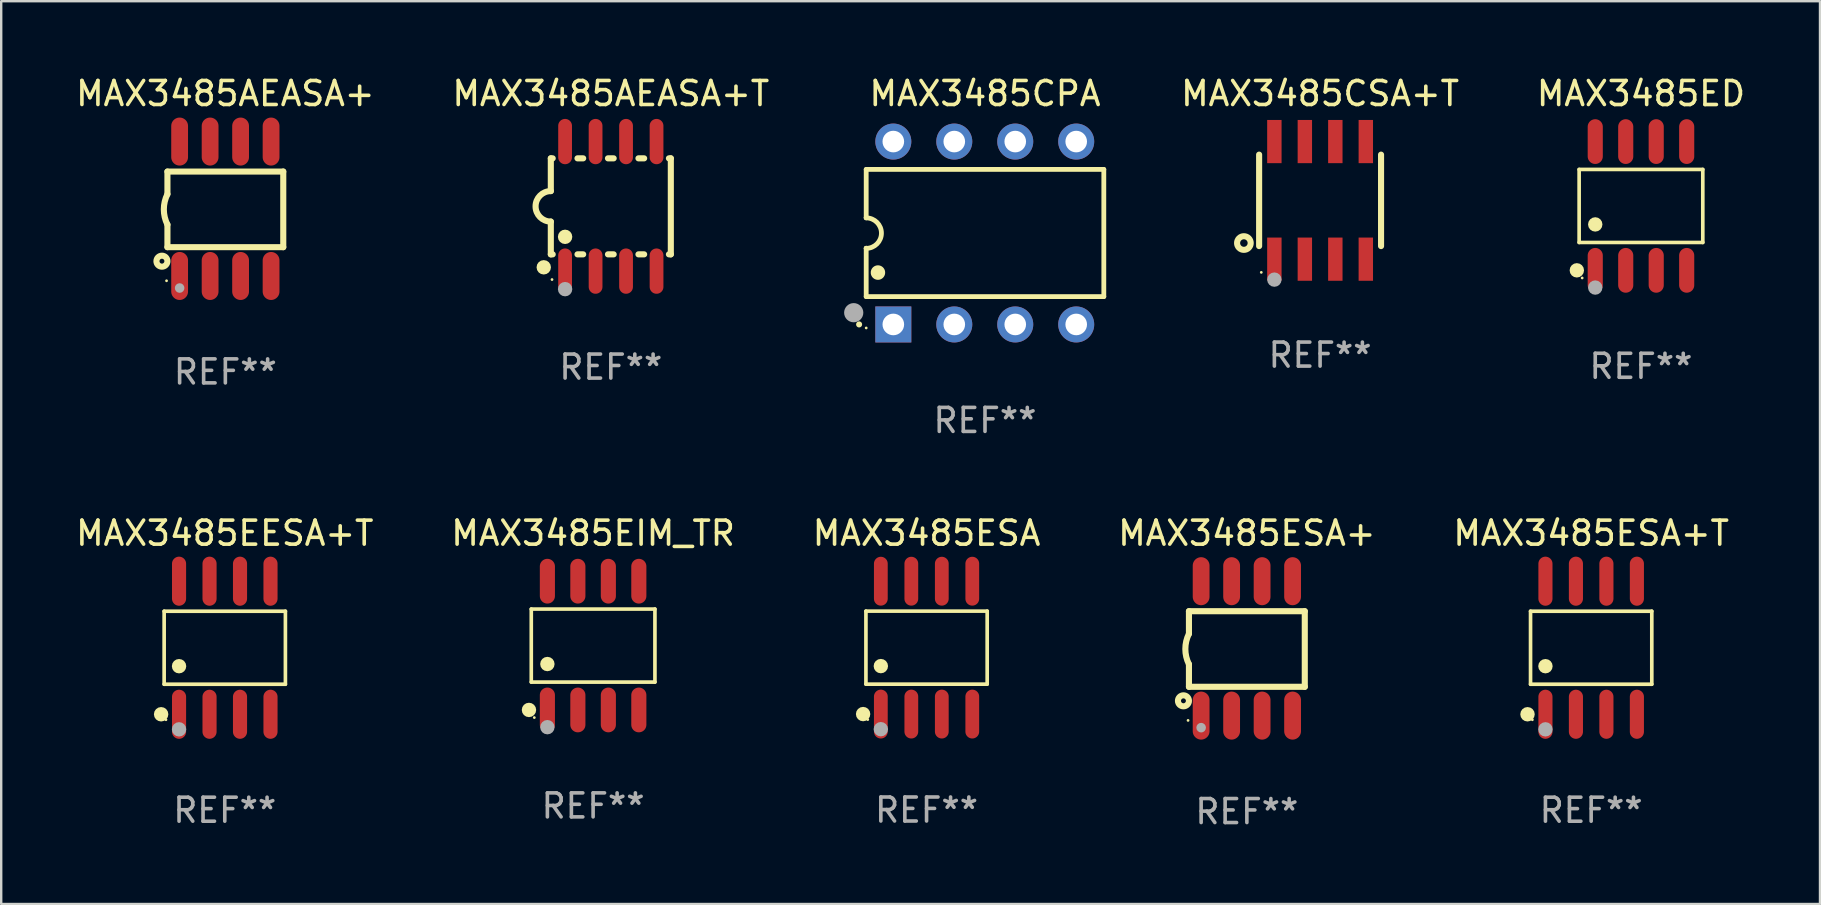
<source format=kicad_pcb>
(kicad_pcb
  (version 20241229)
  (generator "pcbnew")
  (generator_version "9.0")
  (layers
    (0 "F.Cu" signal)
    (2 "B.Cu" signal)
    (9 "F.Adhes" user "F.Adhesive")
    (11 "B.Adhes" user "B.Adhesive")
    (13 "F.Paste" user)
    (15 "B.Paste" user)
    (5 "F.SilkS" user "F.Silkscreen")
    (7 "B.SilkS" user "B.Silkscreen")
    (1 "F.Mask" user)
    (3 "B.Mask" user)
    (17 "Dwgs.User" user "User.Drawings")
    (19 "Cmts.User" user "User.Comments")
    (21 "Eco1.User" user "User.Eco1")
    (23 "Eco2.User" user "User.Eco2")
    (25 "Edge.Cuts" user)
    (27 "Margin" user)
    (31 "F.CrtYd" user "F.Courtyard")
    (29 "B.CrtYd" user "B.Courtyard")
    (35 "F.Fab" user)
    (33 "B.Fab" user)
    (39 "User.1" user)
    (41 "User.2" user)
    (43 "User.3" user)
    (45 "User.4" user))
  (footprint "MAX3485ESA+T"
    (layer "F.Cu")
    (at 63.244 23.937)
    (property "Reference" "MAX3485ESA+T" (at 0 -4.772 0) (layer "F.SilkS") (effects (font (size 1 1) (thickness 0.15))))
    (attr through_hole)
    (fp_line (start -2.526 -1.521) (end 2.526 -1.521) (stroke (width 0.152) (type solid)) (layer "F.SilkS"))
    (fp_line (start -2.526 1.521) (end -2.526 -1.521) (stroke (width 0.152) (type solid)) (layer "F.SilkS"))
    (fp_line (start 2.526 -1.521) (end 2.526 1.521) (stroke (width 0.152) (type solid)) (layer "F.SilkS"))
    (fp_line (start 2.526 1.521) (end -2.526 1.521) (stroke (width 0.152) (type solid)) (layer "F.SilkS"))
    (fp_circle (center -2.652 2.772) (end -2.501 2.772) (stroke (width 0.3) (type solid)) (fill no) (layer "F.SilkS"))
    (fp_circle (center -2.45 3) (end -2.42 3) (stroke (width 0.06) (type solid)) (fill no) (layer "F.SilkS"))
    (fp_circle (center -1.905 0.769) (end -1.755 0.769) (stroke (width 0.3) (type solid)) (fill no) (layer "F.SilkS"))
    (fp_circle (center -1.905 3.4) (end -1.755 3.4) (stroke (width 0.3) (type solid)) (fill no) (layer "F.Fab"))
    (fp_text user "REF**" (at 0 6.772 0) (layer "F.Fab") (effects (font (size 1 1) (thickness 0.15))))
    (pad "1" smd oval (at -1.905 2.772) (size 0.588 2.045) (layers "F.Cu" "F.Mask" "F.Paste"))
    (pad "2" smd oval (at -0.635 2.772) (size 0.588 2.045) (layers "F.Cu" "F.Mask" "F.Paste"))
    (pad "3" smd oval (at 0.635 2.772) (size 0.588 2.045) (layers "F.Cu" "F.Mask" "F.Paste"))
    (pad "4" smd oval (at 1.905 2.772) (size 0.588 2.045) (layers "F.Cu" "F.Mask" "F.Paste"))
    (pad "5" smd oval (at 1.905 -2.772) (size 0.588 2.045) (layers "F.Cu" "F.Mask" "F.Paste"))
    (pad "6" smd oval (at 0.635 -2.772) (size 0.588 2.045) (layers "F.Cu" "F.Mask" "F.Paste"))
    (pad "7" smd oval (at -0.635 -2.772) (size 0.588 2.045) (layers "F.Cu" "F.Mask" "F.Paste"))
    (pad "8" smd oval (at -1.905 -2.772) (size 0.588 2.045) (layers "F.Cu" "F.Mask" "F.Paste")))
  (footprint "MAX3485ED"
    (layer "F.Cu")
    (at 65.319 5.531)
    (property "Reference" "MAX3485ED" (at 0 -4.682 0) (layer "F.SilkS") (effects (font (size 1 1) (thickness 0.15))))
    (attr through_hole)
    (fp_line (start -2.576 -1.521) (end 2.576 -1.521) (stroke (width 0.152) (type solid)) (layer "F.SilkS"))
    (fp_line (start -2.576 1.521) (end -2.576 -1.521) (stroke (width 0.152) (type solid)) (layer "F.SilkS"))
    (fp_line (start 2.576 -1.521) (end 2.576 1.521) (stroke (width 0.152) (type solid)) (layer "F.SilkS"))
    (fp_line (start 2.576 1.521) (end -2.576 1.521) (stroke (width 0.152) (type solid)) (layer "F.SilkS"))
    (fp_circle (center -2.672 2.682) (end -2.522 2.682) (stroke (width 0.3) (type solid)) (fill no) (layer "F.SilkS"))
    (fp_circle (center -2.45 3) (end -2.42 3) (stroke (width 0.06) (type solid)) (fill no) (layer "F.SilkS"))
    (fp_circle (center -1.905 0.769) (end -1.755 0.769) (stroke (width 0.3) (type solid)) (fill no) (layer "F.SilkS"))
    (fp_circle (center -1.905 3.4) (end -1.755 3.4) (stroke (width 0.3) (type solid)) (fill no) (layer "F.Fab"))
    (fp_text user "REF**" (at 0 6.682 0) (layer "F.Fab") (effects (font (size 1 1) (thickness 0.15))))
    (pad "1" smd oval (at -1.905 2.682) (size 0.63 1.865) (layers "F.Cu" "F.Mask" "F.Paste"))
    (pad "2" smd oval (at -0.635 2.682) (size 0.63 1.865) (layers "F.Cu" "F.Mask" "F.Paste"))
    (pad "3" smd oval (at 0.635 2.682) (size 0.63 1.865) (layers "F.Cu" "F.Mask" "F.Paste"))
    (pad "4" smd oval (at 1.905 2.682) (size 0.63 1.865) (layers "F.Cu" "F.Mask" "F.Paste"))
    (pad "5" smd oval (at 1.905 -2.682) (size 0.63 1.865) (layers "F.Cu" "F.Mask" "F.Paste"))
    (pad "6" smd oval (at 0.635 -2.682) (size 0.63 1.865) (layers "F.Cu" "F.Mask" "F.Paste"))
    (pad "7" smd oval (at -0.635 -2.682) (size 0.63 1.865) (layers "F.Cu" "F.Mask" "F.Paste"))
    (pad "8" smd oval (at -1.905 -2.682) (size 0.63 1.865) (layers "F.Cu" "F.Mask" "F.Paste")))
  (footprint "MAX3485EIM_TR"
    (layer "F.Cu")
    (at 21.661 23.847)
    (property "Reference" "MAX3485EIM_TR" (at 0 -4.682 0) (layer "F.SilkS") (effects (font (size 1 1) (thickness 0.15))))
    (attr through_hole)
    (fp_line (start -2.576 -1.521) (end 2.576 -1.521) (stroke (width 0.152) (type solid)) (layer "F.SilkS"))
    (fp_line (start -2.576 1.521) (end -2.576 -1.521) (stroke (width 0.152) (type solid)) (layer "F.SilkS"))
    (fp_line (start 2.576 -1.521) (end 2.576 1.521) (stroke (width 0.152) (type solid)) (layer "F.SilkS"))
    (fp_line (start 2.576 1.521) (end -2.576 1.521) (stroke (width 0.152) (type solid)) (layer "F.SilkS"))
    (fp_circle (center -2.672 2.682) (end -2.522 2.682) (stroke (width 0.3) (type solid)) (fill no) (layer "F.SilkS"))
    (fp_circle (center -2.45 3) (end -2.42 3) (stroke (width 0.06) (type solid)) (fill no) (layer "F.SilkS"))
    (fp_circle (center -1.905 0.769) (end -1.755 0.769) (stroke (width 0.3) (type solid)) (fill no) (layer "F.SilkS"))
    (fp_circle (center -1.905 3.4) (end -1.755 3.4) (stroke (width 0.3) (type solid)) (fill no) (layer "F.Fab"))
    (fp_text user "REF**" (at 0 6.682 0) (layer "F.Fab") (effects (font (size 1 1) (thickness 0.15))))
    (pad "1" smd oval (at -1.905 2.682) (size 0.63 1.865) (layers "F.Cu" "F.Mask" "F.Paste"))
    (pad "2" smd oval (at -0.635 2.682) (size 0.63 1.865) (layers "F.Cu" "F.Mask" "F.Paste"))
    (pad "3" smd oval (at 0.635 2.682) (size 0.63 1.865) (layers "F.Cu" "F.Mask" "F.Paste"))
    (pad "4" smd oval (at 1.905 2.682) (size 0.63 1.865) (layers "F.Cu" "F.Mask" "F.Paste"))
    (pad "5" smd oval (at 1.905 -2.682) (size 0.63 1.865) (layers "F.Cu" "F.Mask" "F.Paste"))
    (pad "6" smd oval (at 0.635 -2.682) (size 0.63 1.865) (layers "F.Cu" "F.Mask" "F.Paste"))
    (pad "7" smd oval (at -0.635 -2.682) (size 0.63 1.865) (layers "F.Cu" "F.Mask" "F.Paste"))
    (pad "8" smd oval (at -1.905 -2.682) (size 0.63 1.865) (layers "F.Cu" "F.Mask" "F.Paste")))
  (footprint "MAX3485CPA"
    (layer "F.Cu")
    (at 37.989 6.658)
    (property "Reference" "MAX3485CPA" (at 0 -5.81 0) (layer "F.SilkS") (effects (font (size 1 1) (thickness 0.15))))
    (attr through_hole)
    (fp_line (start -4.95 -2.649) (end 4.95 -2.649) (stroke (width 0.2) (type solid)) (layer "F.SilkS"))
    (fp_line (start -4.95 -0.635) (end -4.95 -2.649) (stroke (width 0.2) (type solid)) (layer "F.SilkS"))
    (fp_line (start -4.95 0.635) (end -4.95 0.64) (stroke (width 0.2) (type solid)) (layer "F.SilkS"))
    (fp_line (start -4.95 2.649) (end -4.95 0.635) (stroke (width 0.2) (type solid)) (layer "F.SilkS"))
    (fp_line (start -4.95 -0.64) (end -4.95 -0.635) (stroke (width 0.2) (type solid)) (layer "F.SilkS"))
    (fp_line (start 4.95 -2.649) (end 4.95 2.649) (stroke (width 0.2) (type solid)) (layer "F.SilkS"))
    (fp_line (start 4.95 2.649) (end -4.95 2.649) (stroke (width 0.2) (type solid)) (layer "F.SilkS"))
    (fp_arc (start -5.24511 3.810008) (mid -5.245117 3.808738) (end -5.24511 3.807468) (stroke (width 0.25) (type solid)) (layer "F.SilkS"))
    (fp_arc (start -4.950165 -0.629997) (mid -4.315164 0.005004) (end -4.950165 0.640005) (stroke (width 0.2) (type solid)) (layer "F.SilkS"))
    (fp_arc (start -4.460249 1.651003) (mid -4.46026 1.648463) (end -4.460249 1.645923) (stroke (width 0.6) (type solid)) (layer "F.SilkS"))
    (fp_circle (center -4.95 3.956) (end -4.92 3.956) (stroke (width 0.06) (type solid)) (fill no) (layer "F.SilkS"))
    (fp_circle (center -5.47 3.32) (end -5.27 3.32) (stroke (width 0.4) (type solid)) (fill no) (layer "F.Fab"))
    (fp_text user "REF**" (at 0 7.81 0) (layer "F.Fab") (effects (font (size 1 1) (thickness 0.15))))
    (pad "1" thru_hole rect (at -3.82 3.81) (size 1.5 1.5) (drill 0.9) (layers "*.Cu" "*.Mask"))
    (pad "2" thru_hole circle (at -1.28 3.81) (size 1.5 1.5) (drill 0.9) (layers "*.Cu" "*.Mask"))
    (pad "3" thru_hole circle (at 1.26 3.81) (size 1.5 1.5) (drill 0.9) (layers "*.Cu" "*.Mask"))
    (pad "4" thru_hole circle (at 3.8 3.81) (size 1.5 1.5) (drill 0.9) (layers "*.Cu" "*.Mask"))
    (pad "5" thru_hole circle (at 3.8 -3.81) (size 1.5 1.5) (drill 0.9) (layers "*.Cu" "*.Mask"))
    (pad "6" thru_hole circle (at 1.26 -3.81) (size 1.5 1.5) (drill 0.9) (layers "*.Cu" "*.Mask"))
    (pad "7" thru_hole circle (at -1.28 -3.81) (size 1.5 1.5) (drill 0.9) (layers "*.Cu" "*.Mask"))
    (pad "8" thru_hole circle (at -3.82 -3.81) (size 1.5 1.5) (drill 0.9) (layers "*.Cu" "*.Mask")))
  (footprint "MAX3485AEASA+"
    (layer "F.Cu")
    (at 6.339 5.648)
    (property "Reference" "MAX3485AEASA+" (at 0 -4.8 0) (layer "F.SilkS") (effects (font (size 1 1) (thickness 0.15))))
    (attr through_hole)
    (fp_line (start -2.413 -1.55) (end -2.413 -0.61) (stroke (width 0.254) (type solid)) (layer "F.SilkS"))
    (fp_line (start -2.413 0.66) (end -2.413 1.6) (stroke (width 0.254) (type solid)) (layer "F.SilkS"))
    (fp_line (start -2.413 1.6) (end 2.413 1.6) (stroke (width 0.254) (type solid)) (layer "F.SilkS"))
    (fp_line (start 2.413 -1.55) (end -2.413 -1.55) (stroke (width 0.254) (type solid)) (layer "F.SilkS"))
    (fp_line (start 2.413 1.6) (end 2.413 -1.55) (stroke (width 0.254) (type solid)) (layer "F.SilkS"))
    (fp_arc (start -2.413005 0.6603) (mid -2.562909 0.025298) (end -2.413005 -0.609703) (stroke (width 0.254001) (type solid)) (layer "F.SilkS"))
    (fp_circle (center -2.642 2.184) (end -2.54 2.184) (stroke (width 0.254) (type solid)) (fill no) (layer "F.SilkS"))
    (fp_circle (center -2.45 3) (end -2.42 3) (stroke (width 0.06) (type solid)) (fill no) (layer "F.SilkS"))
    (fp_circle (center -1.905 3.302) (end -1.805 3.302) (stroke (width 0.2) (type solid)) (fill no) (layer "F.Fab"))
    (fp_text user "REF**" (at 0 6.8 0) (layer "F.Fab") (effects (font (size 1 1) (thickness 0.15))))
    (pad "1" smd oval (at -1.905 2.8 180) (size 0.7 2) (layers "F.Cu" "F.Mask" "F.Paste"))
    (pad "2" smd oval (at -0.635 2.8 180) (size 0.7 2) (layers "F.Cu" "F.Mask" "F.Paste"))
    (pad "3" smd oval (at 0.635 2.8 180) (size 0.7 2) (layers "F.Cu" "F.Mask" "F.Paste"))
    (pad "4" smd oval (at 1.905 2.8 180) (size 0.7 2) (layers "F.Cu" "F.Mask" "F.Paste"))
    (pad "5" smd oval (at 1.905 -2.8 180) (size 0.7 2) (layers "F.Cu" "F.Mask" "F.Paste"))
    (pad "6" smd oval (at 0.635 -2.8 180) (size 0.7 2) (layers "F.Cu" "F.Mask" "F.Paste"))
    (pad "7" smd oval (at -0.635 -2.8 180) (size 0.7 2) (layers "F.Cu" "F.Mask" "F.Paste"))
    (pad "8" smd oval (at -1.905 -2.8 180) (size 0.7 2) (layers "F.Cu" "F.Mask" "F.Paste")))
  (footprint "MAX3485EESA+T"
    (layer "F.Cu")
    (at 6.315 23.937)
    (property "Reference" "MAX3485EESA+T" (at 0 -4.772 0) (layer "F.SilkS") (effects (font (size 1 1) (thickness 0.15))))
    (attr through_hole)
    (fp_line (start -2.526 -1.521) (end 2.526 -1.521) (stroke (width 0.152) (type solid)) (layer "F.SilkS"))
    (fp_line (start -2.526 1.521) (end -2.526 -1.521) (stroke (width 0.152) (type solid)) (layer "F.SilkS"))
    (fp_line (start 2.526 -1.521) (end 2.526 1.521) (stroke (width 0.152) (type solid)) (layer "F.SilkS"))
    (fp_line (start 2.526 1.521) (end -2.526 1.521) (stroke (width 0.152) (type solid)) (layer "F.SilkS"))
    (fp_circle (center -2.652 2.772) (end -2.501 2.772) (stroke (width 0.3) (type solid)) (fill no) (layer "F.SilkS"))
    (fp_circle (center -2.45 3) (end -2.42 3) (stroke (width 0.06) (type solid)) (fill no) (layer "F.SilkS"))
    (fp_circle (center -1.905 0.769) (end -1.755 0.769) (stroke (width 0.3) (type solid)) (fill no) (layer "F.SilkS"))
    (fp_circle (center -1.905 3.4) (end -1.755 3.4) (stroke (width 0.3) (type solid)) (fill no) (layer "F.Fab"))
    (fp_text user "REF**" (at 0 6.772 0) (layer "F.Fab") (effects (font (size 1 1) (thickness 0.15))))
    (pad "1" smd oval (at -1.905 2.772) (size 0.588 2.045) (layers "F.Cu" "F.Mask" "F.Paste"))
    (pad "2" smd oval (at -0.635 2.772) (size 0.588 2.045) (layers "F.Cu" "F.Mask" "F.Paste"))
    (pad "3" smd oval (at 0.635 2.772) (size 0.588 2.045) (layers "F.Cu" "F.Mask" "F.Paste"))
    (pad "4" smd oval (at 1.905 2.772) (size 0.588 2.045) (layers "F.Cu" "F.Mask" "F.Paste"))
    (pad "5" smd oval (at 1.905 -2.772) (size 0.588 2.045) (layers "F.Cu" "F.Mask" "F.Paste"))
    (pad "6" smd oval (at 0.635 -2.772) (size 0.588 2.045) (layers "F.Cu" "F.Mask" "F.Paste"))
    (pad "7" smd oval (at -0.635 -2.772) (size 0.588 2.045) (layers "F.Cu" "F.Mask" "F.Paste"))
    (pad "8" smd oval (at -1.905 -2.772) (size 0.588 2.045) (layers "F.Cu" "F.Mask" "F.Paste")))
  (footprint "MAX3485ESA+"
    (layer "F.Cu")
    (at 48.899 23.965)
    (property "Reference" "MAX3485ESA+" (at 0 -4.8 0) (layer "F.SilkS") (effects (font (size 1 1) (thickness 0.15))))
    (attr through_hole)
    (fp_line (start -2.413 -1.55) (end -2.413 -0.61) (stroke (width 0.254) (type solid)) (layer "F.SilkS"))
    (fp_line (start -2.413 0.66) (end -2.413 1.6) (stroke (width 0.254) (type solid)) (layer "F.SilkS"))
    (fp_line (start -2.413 1.6) (end 2.413 1.6) (stroke (width 0.254) (type solid)) (layer "F.SilkS"))
    (fp_line (start 2.413 -1.55) (end -2.413 -1.55) (stroke (width 0.254) (type solid)) (layer "F.SilkS"))
    (fp_line (start 2.413 1.6) (end 2.413 -1.55) (stroke (width 0.254) (type solid)) (layer "F.SilkS"))
    (fp_arc (start -2.413005 0.6603) (mid -2.562909 0.025298) (end -2.413005 -0.609703) (stroke (width 0.254001) (type solid)) (layer "F.SilkS"))
    (fp_circle (center -2.642 2.184) (end -2.54 2.184) (stroke (width 0.254) (type solid)) (fill no) (layer "F.SilkS"))
    (fp_circle (center -2.45 3) (end -2.42 3) (stroke (width 0.06) (type solid)) (fill no) (layer "F.SilkS"))
    (fp_circle (center -1.905 3.302) (end -1.805 3.302) (stroke (width 0.2) (type solid)) (fill no) (layer "F.Fab"))
    (fp_text user "REF**" (at 0 6.8 0) (layer "F.Fab") (effects (font (size 1 1) (thickness 0.15))))
    (pad "1" smd oval (at -1.905 2.8 180) (size 0.7 2) (layers "F.Cu" "F.Mask" "F.Paste"))
    (pad "2" smd oval (at -0.635 2.8 180) (size 0.7 2) (layers "F.Cu" "F.Mask" "F.Paste"))
    (pad "3" smd oval (at 0.635 2.8 180) (size 0.7 2) (layers "F.Cu" "F.Mask" "F.Paste"))
    (pad "4" smd oval (at 1.905 2.8 180) (size 0.7 2) (layers "F.Cu" "F.Mask" "F.Paste"))
    (pad "5" smd oval (at 1.905 -2.8 180) (size 0.7 2) (layers "F.Cu" "F.Mask" "F.Paste"))
    (pad "6" smd oval (at 0.635 -2.8 180) (size 0.7 2) (layers "F.Cu" "F.Mask" "F.Paste"))
    (pad "7" smd oval (at -0.635 -2.8 180) (size 0.7 2) (layers "F.Cu" "F.Mask" "F.Paste"))
    (pad "8" smd oval (at -1.905 -2.8 180) (size 0.7 2) (layers "F.Cu" "F.Mask" "F.Paste")))
  (footprint "MAX3485AEASA+T"
    (layer "F.Cu")
    (at 22.399 5.547)
    (property "Reference" "MAX3485AEASA+T" (at 0 -4.699 0) (layer "F.SilkS") (effects (font (size 1 1) (thickness 0.15))))
    (attr through_hole)
    (fp_line (start -2.5 -2) (end -2.5 -0.635) (stroke (width 0.254) (type solid)) (layer "F.SilkS"))
    (fp_line (start -2.5 -2) (end -2.421 -2) (stroke (width 0.254) (type solid)) (layer "F.SilkS"))
    (fp_line (start -2.5 2) (end -2.5 0.635) (stroke (width 0.254) (type solid)) (layer "F.SilkS"))
    (fp_line (start -2.5 2) (end -2.421 2) (stroke (width 0.254) (type solid)) (layer "F.SilkS"))
    (fp_line (start -1.389 -2) (end -1.151 -2) (stroke (width 0.254) (type solid)) (layer "F.SilkS"))
    (fp_line (start -1.389 2) (end -1.151 2) (stroke (width 0.254) (type solid)) (layer "F.SilkS"))
    (fp_line (start -0.119 -2) (end 0.119 -2) (stroke (width 0.254) (type solid)) (layer "F.SilkS"))
    (fp_line (start -0.119 2) (end 0.119 2) (stroke (width 0.254) (type solid)) (layer "F.SilkS"))
    (fp_line (start 1.151 -2) (end 1.389 -2) (stroke (width 0.254) (type solid)) (layer "F.SilkS"))
    (fp_line (start 1.151 2) (end 1.389 2) (stroke (width 0.254) (type solid)) (layer "F.SilkS"))
    (fp_line (start 2.421 -2) (end 2.5 -2) (stroke (width 0.254) (type solid)) (layer "F.SilkS"))
    (fp_line (start 2.421 2) (end 2.5 2) (stroke (width 0.254) (type solid)) (layer "F.SilkS"))
    (fp_line (start 2.5 -2) (end 2.5 2) (stroke (width 0.254) (type solid)) (layer "F.SilkS"))
    (fp_arc (start -2.5 0.635001) (mid -3.134366 -0.000318) (end -2.499365 -0.635001) (stroke (width 0.254001) (type solid)) (layer "F.SilkS"))
    (fp_circle (center -2.794 2.54) (end -2.644 2.54) (stroke (width 0.3) (type solid)) (fill no) (layer "F.SilkS"))
    (fp_circle (center -2.45 3.05) (end -2.42 3.05) (stroke (width 0.06) (type solid)) (fill no) (layer "F.SilkS"))
    (fp_circle (center -1.905 1.27) (end -1.755 1.27) (stroke (width 0.3) (type solid)) (fill no) (layer "F.SilkS"))
    (fp_circle (center -1.905 3.45) (end -1.755 3.45) (stroke (width 0.3) (type solid)) (fill no) (layer "F.Fab"))
    (fp_text user "REF**" (at 0 6.699 0) (layer "F.Fab") (effects (font (size 1 1) (thickness 0.15))))
    (pad "1" smd oval (at -1.905 2.699) (size 0.574 1.888) (layers "F.Cu" "F.Mask" "F.Paste"))
    (pad "2" smd oval (at -0.635 2.699) (size 0.574 1.888) (layers "F.Cu" "F.Mask" "F.Paste"))
    (pad "3" smd oval (at 0.635 2.699) (size 0.574 1.888) (layers "F.Cu" "F.Mask" "F.Paste"))
    (pad "4" smd oval (at 1.905 2.699) (size 0.574 1.888) (layers "F.Cu" "F.Mask" "F.Paste"))
    (pad "5" smd oval (at 1.905 -2.699) (size 0.574 1.888) (layers "F.Cu" "F.Mask" "F.Paste"))
    (pad "6" smd oval (at 0.635 -2.699) (size 0.574 1.888) (layers "F.Cu" "F.Mask" "F.Paste"))
    (pad "7" smd oval (at -0.635 -2.699) (size 0.574 1.888) (layers "F.Cu" "F.Mask" "F.Paste"))
    (pad "8" smd oval (at -1.905 -2.699) (size 0.574 1.888) (layers "F.Cu" "F.Mask" "F.Paste")))
  (footprint "MAX3485ESA"
    (layer "F.Cu")
    (at 35.554 23.933)
    (property "Reference" "MAX3485ESA" (at 0 -4.768 0) (layer "F.SilkS") (effects (font (size 1 1) (thickness 0.15))))
    (attr through_hole)
    (fp_line (start -2.526 -1.521) (end 2.526 -1.521) (stroke (width 0.152) (type solid)) (layer "F.SilkS"))
    (fp_line (start -2.526 1.521) (end -2.526 -1.521) (stroke (width 0.152) (type solid)) (layer "F.SilkS"))
    (fp_line (start 2.526 -1.521) (end 2.526 1.521) (stroke (width 0.152) (type solid)) (layer "F.SilkS"))
    (fp_line (start 2.526 1.521) (end -2.526 1.521) (stroke (width 0.152) (type solid)) (layer "F.SilkS"))
    (fp_circle (center -2.644 2.768) (end -2.494 2.768) (stroke (width 0.3) (type solid)) (fill no) (layer "F.SilkS"))
    (fp_circle (center -2.45 2.998) (end -2.42 2.998) (stroke (width 0.06) (type solid)) (fill no) (layer "F.SilkS"))
    (fp_circle (center -1.905 0.769) (end -1.755 0.769) (stroke (width 0.3) (type solid)) (fill no) (layer "F.SilkS"))
    (fp_circle (center -1.905 3.398) (end -1.755 3.398) (stroke (width 0.3) (type solid)) (fill no) (layer "F.Fab"))
    (fp_text user "REF**" (at 0 6.768 0) (layer "F.Fab") (effects (font (size 1 1) (thickness 0.15))))
    (pad "1" smd oval (at -1.905 2.768) (size 0.574 2.036) (layers "F.Cu" "F.Mask" "F.Paste"))
    (pad "2" smd oval (at -0.635 2.768) (size 0.574 2.036) (layers "F.Cu" "F.Mask" "F.Paste"))
    (pad "3" smd oval (at 0.635 2.768) (size 0.574 2.036) (layers "F.Cu" "F.Mask" "F.Paste"))
    (pad "4" smd oval (at 1.905 2.768) (size 0.574 2.036) (layers "F.Cu" "F.Mask" "F.Paste"))
    (pad "5" smd oval (at 1.905 -2.768) (size 0.574 2.036) (layers "F.Cu" "F.Mask" "F.Paste"))
    (pad "6" smd oval (at 0.635 -2.768) (size 0.574 2.036) (layers "F.Cu" "F.Mask" "F.Paste"))
    (pad "7" smd oval (at -0.635 -2.768) (size 0.574 2.036) (layers "F.Cu" "F.Mask" "F.Paste"))
    (pad "8" smd oval (at -1.905 -2.768) (size 0.574 2.036) (layers "F.Cu" "F.Mask" "F.Paste")))
  (footprint "MAX3485CSA+T"
    (layer "F.Cu")
    (at 51.95 5.298)
    (property "Reference" "MAX3485CSA+T" (at 0 -4.45 0) (layer "F.SilkS") (effects (font (size 1 1) (thickness 0.15))))
    (attr through_hole)
    (fp_line (start -2.54 -1.905) (end -2.54 1.905) (stroke (width 0.254) (type solid)) (layer "F.SilkS"))
    (fp_line (start 2.54 -1.905) (end 2.54 1.905) (stroke (width 0.254) (type solid)) (layer "F.SilkS"))
    (fp_circle (center -3.175 1.778) (end -2.891 1.778) (stroke (width 0.254) (type solid)) (fill no) (layer "F.SilkS"))
    (fp_circle (center -2.45 3) (end -2.42 3) (stroke (width 0.06) (type solid)) (fill no) (layer "F.SilkS"))
    (fp_circle (center -1.905 3.302) (end -1.755 3.302) (stroke (width 0.3) (type solid)) (fill no) (layer "F.Fab"))
    (fp_text user "REF**" (at 0 6.45 0) (layer "F.Fab") (effects (font (size 1 1) (thickness 0.15))))
    (pad "1" smd rect (at -1.905 2.45) (size 0.6 1.8) (layers "F.Cu" "F.Mask" "F.Paste"))
    (pad "2" smd rect (at -0.635 2.45) (size 0.6 1.8) (layers "F.Cu" "F.Mask" "F.Paste"))
    (pad "3" smd rect (at 0.635 2.45) (size 0.6 1.8) (layers "F.Cu" "F.Mask" "F.Paste"))
    (pad "4" smd rect (at 1.905 2.45) (size 0.6 1.8) (layers "F.Cu" "F.Mask" "F.Paste"))
    (pad "5" smd rect (at 1.905 -2.45 180) (size 0.6 1.8) (layers "F.Cu" "F.Mask" "F.Paste"))
    (pad "6" smd rect (at 0.635 -2.45 180) (size 0.6 1.8) (layers "F.Cu" "F.Mask" "F.Paste"))
    (pad "7" smd rect (at -0.635 -2.45 180) (size 0.6 1.8) (layers "F.Cu" "F.Mask" "F.Paste"))
    (pad "8" smd rect (at -1.905 -2.45 180) (size 0.6 1.8) (layers "F.Cu" "F.Mask" "F.Paste")))
  (gr_rect
    (start -3 -3)
    (end 72.778 34.613)
    (stroke (width 0.1) (type default))
    (fill no)
    (layer "Edge.Cuts")))
</source>
